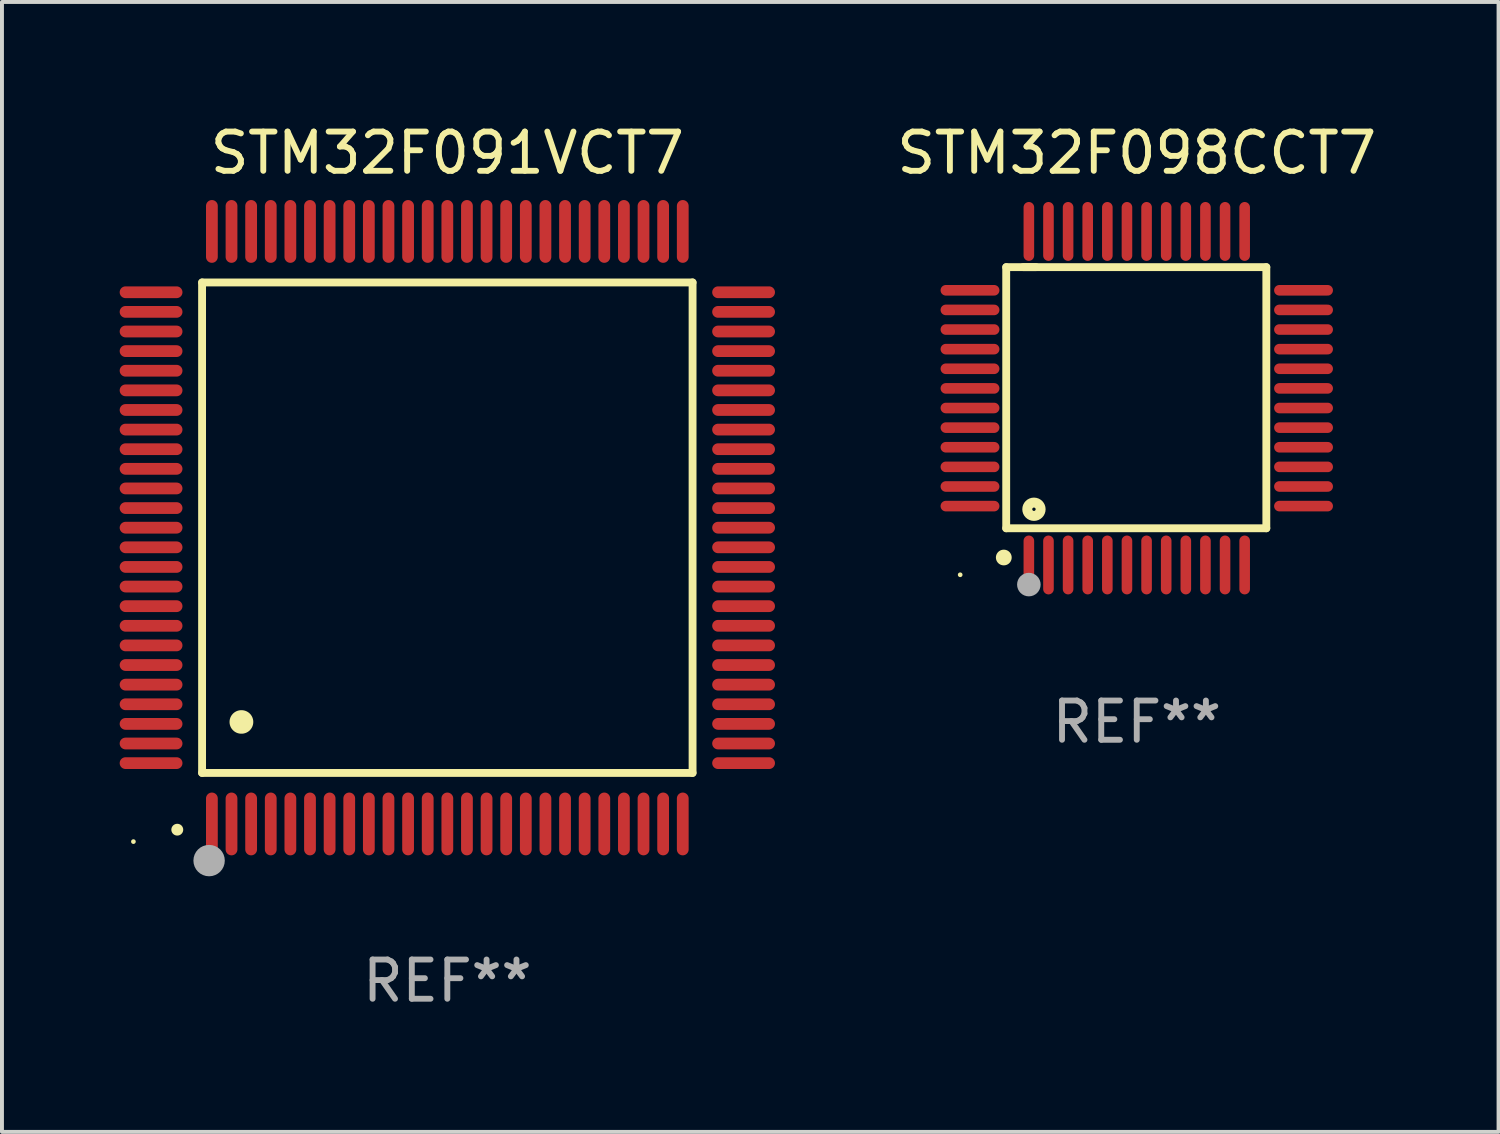
<source format=kicad_pcb>
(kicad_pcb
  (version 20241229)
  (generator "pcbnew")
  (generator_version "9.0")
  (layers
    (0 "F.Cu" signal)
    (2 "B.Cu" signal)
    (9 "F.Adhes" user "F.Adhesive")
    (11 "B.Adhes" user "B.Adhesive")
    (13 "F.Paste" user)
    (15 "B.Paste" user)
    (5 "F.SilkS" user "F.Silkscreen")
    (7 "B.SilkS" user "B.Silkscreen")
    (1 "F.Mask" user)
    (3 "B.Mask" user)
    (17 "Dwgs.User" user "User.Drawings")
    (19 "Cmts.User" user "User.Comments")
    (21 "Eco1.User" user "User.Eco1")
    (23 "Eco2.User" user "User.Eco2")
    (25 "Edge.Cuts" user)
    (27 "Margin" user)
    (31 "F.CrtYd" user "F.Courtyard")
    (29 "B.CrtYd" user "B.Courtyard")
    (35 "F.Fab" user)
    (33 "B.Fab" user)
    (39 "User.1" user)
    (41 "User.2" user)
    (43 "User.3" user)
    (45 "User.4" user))
  (footprint "STM32F098CCT7"
    (layer "F.Cu")
    (at 25.92 7.098)
    (property "Reference" "STM32F098CCT7" (at 0 -6.25 0) (layer "F.SilkS") (effects (font (size 1 1) (thickness 0.15))))
    (attr through_hole)
    (fp_line (start -3.327 -3.34) (end -2.565 -3.34) (stroke (width 0.2) (type solid)) (layer "F.SilkS"))
    (fp_line (start -3.327 3.315) (end -3.327 -3.34) (stroke (width 0.2) (type solid)) (layer "F.SilkS"))
    (fp_line (start -2.896 -3.34) (end 3.302 -3.34) (stroke (width 0.2) (type solid)) (layer "F.SilkS"))
    (fp_line (start 3.302 -3.34) (end 3.302 3.315) (stroke (width 0.2) (type solid)) (layer "F.SilkS"))
    (fp_line (start 3.302 3.315) (end -3.327 3.315) (stroke (width 0.2) (type solid)) (layer "F.SilkS"))
    (fp_arc (start -3.389992 4.059995) (mid -3.388722 4.059991) (end -3.387452 4.059995) (stroke (width 0.4) (type solid)) (layer "F.SilkS"))
    (fp_circle (center -4.5 4.5) (end -4.47 4.5) (stroke (width 0.06) (type solid)) (fill no) (layer "F.SilkS"))
    (fp_circle (center -2.62 2.83) (end -2.45 2.83) (stroke (width 0.254) (type solid)) (fill no) (layer "F.SilkS"))
    (fp_circle (center -2.75 4.75) (end -2.6 4.75) (stroke (width 0.3) (type solid)) (fill no) (layer "F.Fab"))
    (fp_text user "REF**" (at 0 8.25 0) (layer "F.Fab") (effects (font (size 1 1) (thickness 0.15))))
    (pad "1" smd oval (at -2.75 4.25) (size 0.27 1.5) (layers "F.Cu" "F.Mask" "F.Paste"))
    (pad "2" smd oval (at -2.25 4.25) (size 0.27 1.5) (layers "F.Cu" "F.Mask" "F.Paste"))
    (pad "3" smd oval (at -1.75 4.25) (size 0.27 1.5) (layers "F.Cu" "F.Mask" "F.Paste"))
    (pad "4" smd oval (at -1.25 4.25) (size 0.27 1.5) (layers "F.Cu" "F.Mask" "F.Paste"))
    (pad "5" smd oval (at -0.75 4.25) (size 0.27 1.5) (layers "F.Cu" "F.Mask" "F.Paste"))
    (pad "6" smd oval (at -0.25 4.25) (size 0.27 1.5) (layers "F.Cu" "F.Mask" "F.Paste"))
    (pad "7" smd oval (at 0.25 4.25) (size 0.27 1.5) (layers "F.Cu" "F.Mask" "F.Paste"))
    (pad "8" smd oval (at 0.75 4.25) (size 0.27 1.5) (layers "F.Cu" "F.Mask" "F.Paste"))
    (pad "9" smd oval (at 1.25 4.25) (size 0.27 1.5) (layers "F.Cu" "F.Mask" "F.Paste"))
    (pad "10" smd oval (at 1.75 4.25) (size 0.27 1.5) (layers "F.Cu" "F.Mask" "F.Paste"))
    (pad "11" smd oval (at 2.25 4.25) (size 0.27 1.5) (layers "F.Cu" "F.Mask" "F.Paste"))
    (pad "12" smd oval (at 2.75 4.25) (size 0.27 1.5) (layers "F.Cu" "F.Mask" "F.Paste"))
    (pad "13" smd oval (at 4.25 2.75) (size 1.5 0.27) (layers "F.Cu" "F.Mask" "F.Paste"))
    (pad "14" smd oval (at 4.25 2.25) (size 1.5 0.27) (layers "F.Cu" "F.Mask" "F.Paste"))
    (pad "15" smd oval (at 4.25 1.75) (size 1.5 0.27) (layers "F.Cu" "F.Mask" "F.Paste"))
    (pad "16" smd oval (at 4.25 1.25) (size 1.5 0.27) (layers "F.Cu" "F.Mask" "F.Paste"))
    (pad "17" smd oval (at 4.25 0.75) (size 1.5 0.27) (layers "F.Cu" "F.Mask" "F.Paste"))
    (pad "18" smd oval (at 4.25 0.25) (size 1.5 0.27) (layers "F.Cu" "F.Mask" "F.Paste"))
    (pad "19" smd oval (at 4.25 -0.25) (size 1.5 0.27) (layers "F.Cu" "F.Mask" "F.Paste"))
    (pad "20" smd oval (at 4.25 -0.75) (size 1.5 0.27) (layers "F.Cu" "F.Mask" "F.Paste"))
    (pad "21" smd oval (at 4.25 -1.25) (size 1.5 0.27) (layers "F.Cu" "F.Mask" "F.Paste"))
    (pad "22" smd oval (at 4.25 -1.75) (size 1.5 0.27) (layers "F.Cu" "F.Mask" "F.Paste"))
    (pad "23" smd oval (at 4.25 -2.25) (size 1.5 0.27) (layers "F.Cu" "F.Mask" "F.Paste"))
    (pad "24" smd oval (at 4.25 -2.75) (size 1.5 0.27) (layers "F.Cu" "F.Mask" "F.Paste"))
    (pad "25" smd oval (at 2.75 -4.25) (size 0.27 1.5) (layers "F.Cu" "F.Mask" "F.Paste"))
    (pad "26" smd oval (at 2.25 -4.25) (size 0.27 1.5) (layers "F.Cu" "F.Mask" "F.Paste"))
    (pad "27" smd oval (at 1.75 -4.25) (size 0.27 1.5) (layers "F.Cu" "F.Mask" "F.Paste"))
    (pad "28" smd oval (at 1.25 -4.25) (size 0.27 1.5) (layers "F.Cu" "F.Mask" "F.Paste"))
    (pad "29" smd oval (at 0.75 -4.25) (size 0.27 1.5) (layers "F.Cu" "F.Mask" "F.Paste"))
    (pad "30" smd oval (at 0.25 -4.25) (size 0.27 1.5) (layers "F.Cu" "F.Mask" "F.Paste"))
    (pad "31" smd oval (at -0.25 -4.25) (size 0.27 1.5) (layers "F.Cu" "F.Mask" "F.Paste"))
    (pad "32" smd oval (at -0.75 -4.25) (size 0.27 1.5) (layers "F.Cu" "F.Mask" "F.Paste"))
    (pad "33" smd oval (at -1.25 -4.25) (size 0.27 1.5) (layers "F.Cu" "F.Mask" "F.Paste"))
    (pad "34" smd oval (at -1.75 -4.25) (size 0.27 1.5) (layers "F.Cu" "F.Mask" "F.Paste"))
    (pad "35" smd oval (at -2.25 -4.25) (size 0.27 1.5) (layers "F.Cu" "F.Mask" "F.Paste"))
    (pad "36" smd oval (at -2.75 -4.25) (size 0.27 1.5) (layers "F.Cu" "F.Mask" "F.Paste"))
    (pad "37" smd oval (at -4.25 -2.75) (size 1.5 0.27) (layers "F.Cu" "F.Mask" "F.Paste"))
    (pad "38" smd oval (at -4.25 -2.25) (size 1.5 0.27) (layers "F.Cu" "F.Mask" "F.Paste"))
    (pad "39" smd oval (at -4.25 -1.75) (size 1.5 0.27) (layers "F.Cu" "F.Mask" "F.Paste"))
    (pad "40" smd oval (at -4.25 -1.25) (size 1.5 0.27) (layers "F.Cu" "F.Mask" "F.Paste"))
    (pad "41" smd oval (at -4.25 -0.75) (size 1.5 0.27) (layers "F.Cu" "F.Mask" "F.Paste"))
    (pad "42" smd oval (at -4.25 -0.25) (size 1.5 0.27) (layers "F.Cu" "F.Mask" "F.Paste"))
    (pad "43" smd oval (at -4.25 0.25) (size 1.5 0.27) (layers "F.Cu" "F.Mask" "F.Paste"))
    (pad "44" smd oval (at -4.25 0.75) (size 1.5 0.27) (layers "F.Cu" "F.Mask" "F.Paste"))
    (pad "45" smd oval (at -4.25 1.25) (size 1.5 0.27) (layers "F.Cu" "F.Mask" "F.Paste"))
    (pad "46" smd oval (at -4.25 1.75) (size 1.5 0.27) (layers "F.Cu" "F.Mask" "F.Paste"))
    (pad "47" smd oval (at -4.25 2.25) (size 1.5 0.27) (layers "F.Cu" "F.Mask" "F.Paste"))
    (pad "48" smd oval (at -4.25 2.75) (size 1.5 0.27) (layers "F.Cu" "F.Mask" "F.Paste")))
  (footprint "STM32F091VCT7"
    (layer "F.Cu")
    (at 8.35 10.398)
    (property "Reference" "STM32F091VCT7" (at 0 -9.55 0) (layer "F.SilkS") (effects (font (size 1 1) (thickness 0.15))))
    (attr through_hole)
    (fp_line (start -6.25 -6.25) (end -6.25 6.25) (stroke (width 0.2) (type solid)) (layer "F.SilkS"))
    (fp_line (start -6.25 6.25) (end 6.25 6.25) (stroke (width 0.2) (type solid)) (layer "F.SilkS"))
    (fp_line (start 6.25 -6.25) (end -6.25 -6.25) (stroke (width 0.2) (type solid)) (layer "F.SilkS"))
    (fp_line (start 6.25 6.25) (end 6.25 -6.25) (stroke (width 0.2) (type solid)) (layer "F.SilkS"))
    (fp_arc (start -6.883414 7.696215) (mid -6.882144 7.69621) (end -6.880874 7.696215) (stroke (width 0.3) (type solid)) (layer "F.SilkS"))
    (fp_arc (start -5.250191 4.95047) (mid -5.247651 4.950459) (end -5.245111 4.95047) (stroke (width 0.6) (type solid)) (layer "F.SilkS"))
    (fp_circle (center -8 8) (end -7.97 8) (stroke (width 0.06) (type solid)) (fill no) (layer "F.SilkS"))
    (fp_circle (center -6.071 8.484) (end -5.871 8.484) (stroke (width 0.4) (type solid)) (fill no) (layer "F.Fab"))
    (fp_text user "REF**" (at 0 11.55 0) (layer "F.Fab") (effects (font (size 1 1) (thickness 0.15))))
    (pad "1" smd oval (at -6 7.55) (size 0.3 1.6) (layers "F.Cu" "F.Mask" "F.Paste"))
    (pad "2" smd oval (at -5.5 7.55) (size 0.3 1.6) (layers "F.Cu" "F.Mask" "F.Paste"))
    (pad "3" smd oval (at -5 7.55) (size 0.3 1.6) (layers "F.Cu" "F.Mask" "F.Paste"))
    (pad "4" smd oval (at -4.5 7.55) (size 0.3 1.6) (layers "F.Cu" "F.Mask" "F.Paste"))
    (pad "5" smd oval (at -4 7.55) (size 0.3 1.6) (layers "F.Cu" "F.Mask" "F.Paste"))
    (pad "6" smd oval (at -3.5 7.55) (size 0.3 1.6) (layers "F.Cu" "F.Mask" "F.Paste"))
    (pad "7" smd oval (at -3 7.55) (size 0.3 1.6) (layers "F.Cu" "F.Mask" "F.Paste"))
    (pad "8" smd oval (at -2.5 7.55) (size 0.3 1.6) (layers "F.Cu" "F.Mask" "F.Paste"))
    (pad "9" smd oval (at -2 7.55) (size 0.3 1.6) (layers "F.Cu" "F.Mask" "F.Paste"))
    (pad "10" smd oval (at -1.5 7.55) (size 0.3 1.6) (layers "F.Cu" "F.Mask" "F.Paste"))
    (pad "11" smd oval (at -1 7.55) (size 0.3 1.6) (layers "F.Cu" "F.Mask" "F.Paste"))
    (pad "12" smd oval (at -0.5 7.55) (size 0.3 1.6) (layers "F.Cu" "F.Mask" "F.Paste"))
    (pad "13" smd oval (at 0 7.55) (size 0.3 1.6) (layers "F.Cu" "F.Mask" "F.Paste"))
    (pad "14" smd oval (at 0.5 7.55) (size 0.3 1.6) (layers "F.Cu" "F.Mask" "F.Paste"))
    (pad "15" smd oval (at 1 7.55) (size 0.3 1.6) (layers "F.Cu" "F.Mask" "F.Paste"))
    (pad "16" smd oval (at 1.5 7.55) (size 0.3 1.6) (layers "F.Cu" "F.Mask" "F.Paste"))
    (pad "17" smd oval (at 2 7.55) (size 0.3 1.6) (layers "F.Cu" "F.Mask" "F.Paste"))
    (pad "18" smd oval (at 2.5 7.55) (size 0.3 1.6) (layers "F.Cu" "F.Mask" "F.Paste"))
    (pad "19" smd oval (at 3 7.55) (size 0.3 1.6) (layers "F.Cu" "F.Mask" "F.Paste"))
    (pad "20" smd oval (at 3.5 7.55) (size 0.3 1.6) (layers "F.Cu" "F.Mask" "F.Paste"))
    (pad "21" smd oval (at 4 7.55) (size 0.3 1.6) (layers "F.Cu" "F.Mask" "F.Paste"))
    (pad "22" smd oval (at 4.5 7.55) (size 0.3 1.6) (layers "F.Cu" "F.Mask" "F.Paste"))
    (pad "23" smd oval (at 5 7.55) (size 0.3 1.6) (layers "F.Cu" "F.Mask" "F.Paste"))
    (pad "24" smd oval (at 5.5 7.55) (size 0.3 1.6) (layers "F.Cu" "F.Mask" "F.Paste"))
    (pad "25" smd oval (at 6 7.55) (size 0.3 1.6) (layers "F.Cu" "F.Mask" "F.Paste"))
    (pad "26" smd oval (at 7.55 6) (size 1.6 0.3) (layers "F.Cu" "F.Mask" "F.Paste"))
    (pad "27" smd oval (at 7.55 5.5) (size 1.6 0.3) (layers "F.Cu" "F.Mask" "F.Paste"))
    (pad "28" smd oval (at 7.55 5) (size 1.6 0.3) (layers "F.Cu" "F.Mask" "F.Paste"))
    (pad "29" smd oval (at 7.55 4.5) (size 1.6 0.3) (layers "F.Cu" "F.Mask" "F.Paste"))
    (pad "30" smd oval (at 7.55 4) (size 1.6 0.3) (layers "F.Cu" "F.Mask" "F.Paste"))
    (pad "31" smd oval (at 7.55 3.5) (size 1.6 0.3) (layers "F.Cu" "F.Mask" "F.Paste"))
    (pad "32" smd oval (at 7.55 3) (size 1.6 0.3) (layers "F.Cu" "F.Mask" "F.Paste"))
    (pad "33" smd oval (at 7.55 2.5) (size 1.6 0.3) (layers "F.Cu" "F.Mask" "F.Paste"))
    (pad "34" smd oval (at 7.55 2) (size 1.6 0.3) (layers "F.Cu" "F.Mask" "F.Paste"))
    (pad "35" smd oval (at 7.55 1.5) (size 1.6 0.3) (layers "F.Cu" "F.Mask" "F.Paste"))
    (pad "36" smd oval (at 7.55 1) (size 1.6 0.3) (layers "F.Cu" "F.Mask" "F.Paste"))
    (pad "37" smd oval (at 7.55 0.5) (size 1.6 0.3) (layers "F.Cu" "F.Mask" "F.Paste"))
    (pad "38" smd oval (at 7.55 0) (size 1.6 0.3) (layers "F.Cu" "F.Mask" "F.Paste"))
    (pad "39" smd oval (at 7.55 -0.5) (size 1.6 0.3) (layers "F.Cu" "F.Mask" "F.Paste"))
    (pad "40" smd oval (at 7.55 -1) (size 1.6 0.3) (layers "F.Cu" "F.Mask" "F.Paste"))
    (pad "41" smd oval (at 7.55 -1.5) (size 1.6 0.3) (layers "F.Cu" "F.Mask" "F.Paste"))
    (pad "42" smd oval (at 7.55 -2) (size 1.6 0.3) (layers "F.Cu" "F.Mask" "F.Paste"))
    (pad "43" smd oval (at 7.55 -2.5) (size 1.6 0.3) (layers "F.Cu" "F.Mask" "F.Paste"))
    (pad "44" smd oval (at 7.55 -3) (size 1.6 0.3) (layers "F.Cu" "F.Mask" "F.Paste"))
    (pad "45" smd oval (at 7.55 -3.5) (size 1.6 0.3) (layers "F.Cu" "F.Mask" "F.Paste"))
    (pad "46" smd oval (at 7.55 -4) (size 1.6 0.3) (layers "F.Cu" "F.Mask" "F.Paste"))
    (pad "47" smd oval (at 7.55 -4.5) (size 1.6 0.3) (layers "F.Cu" "F.Mask" "F.Paste"))
    (pad "48" smd oval (at 7.55 -5) (size 1.6 0.3) (layers "F.Cu" "F.Mask" "F.Paste"))
    (pad "49" smd oval (at 7.55 -5.5) (size 1.6 0.3) (layers "F.Cu" "F.Mask" "F.Paste"))
    (pad "50" smd oval (at 7.55 -6) (size 1.6 0.3) (layers "F.Cu" "F.Mask" "F.Paste"))
    (pad "51" smd oval (at 6 -7.55) (size 0.3 1.6) (layers "F.Cu" "F.Mask" "F.Paste"))
    (pad "52" smd oval (at 5.5 -7.55) (size 0.3 1.6) (layers "F.Cu" "F.Mask" "F.Paste"))
    (pad "53" smd oval (at 5 -7.55) (size 0.3 1.6) (layers "F.Cu" "F.Mask" "F.Paste"))
    (pad "54" smd oval (at 4.5 -7.55) (size 0.3 1.6) (layers "F.Cu" "F.Mask" "F.Paste"))
    (pad "55" smd oval (at 4 -7.55) (size 0.3 1.6) (layers "F.Cu" "F.Mask" "F.Paste"))
    (pad "56" smd oval (at 3.5 -7.55) (size 0.3 1.6) (layers "F.Cu" "F.Mask" "F.Paste"))
    (pad "57" smd oval (at 3 -7.55) (size 0.3 1.6) (layers "F.Cu" "F.Mask" "F.Paste"))
    (pad "58" smd oval (at 2.5 -7.55) (size 0.3 1.6) (layers "F.Cu" "F.Mask" "F.Paste"))
    (pad "59" smd oval (at 2 -7.55) (size 0.3 1.6) (layers "F.Cu" "F.Mask" "F.Paste"))
    (pad "60" smd oval (at 1.5 -7.55) (size 0.3 1.6) (layers "F.Cu" "F.Mask" "F.Paste"))
    (pad "61" smd oval (at 1 -7.55) (size 0.3 1.6) (layers "F.Cu" "F.Mask" "F.Paste"))
    (pad "62" smd oval (at 0.5 -7.55) (size 0.3 1.6) (layers "F.Cu" "F.Mask" "F.Paste"))
    (pad "63" smd oval (at 0 -7.55) (size 0.3 1.6) (layers "F.Cu" "F.Mask" "F.Paste"))
    (pad "64" smd oval (at -0.5 -7.55) (size 0.3 1.6) (layers "F.Cu" "F.Mask" "F.Paste"))
    (pad "65" smd oval (at -1 -7.55) (size 0.3 1.6) (layers "F.Cu" "F.Mask" "F.Paste"))
    (pad "66" smd oval (at -1.5 -7.55) (size 0.3 1.6) (layers "F.Cu" "F.Mask" "F.Paste"))
    (pad "67" smd oval (at -2 -7.55) (size 0.3 1.6) (layers "F.Cu" "F.Mask" "F.Paste"))
    (pad "68" smd oval (at -2.5 -7.55) (size 0.3 1.6) (layers "F.Cu" "F.Mask" "F.Paste"))
    (pad "69" smd oval (at -3 -7.55) (size 0.3 1.6) (layers "F.Cu" "F.Mask" "F.Paste"))
    (pad "70" smd oval (at -3.5 -7.55) (size 0.3 1.6) (layers "F.Cu" "F.Mask" "F.Paste"))
    (pad "71" smd oval (at -4 -7.55) (size 0.3 1.6) (layers "F.Cu" "F.Mask" "F.Paste"))
    (pad "72" smd oval (at -4.5 -7.55) (size 0.3 1.6) (layers "F.Cu" "F.Mask" "F.Paste"))
    (pad "73" smd oval (at -5 -7.55) (size 0.3 1.6) (layers "F.Cu" "F.Mask" "F.Paste"))
    (pad "74" smd oval (at -5.5 -7.55) (size 0.3 1.6) (layers "F.Cu" "F.Mask" "F.Paste"))
    (pad "75" smd oval (at -6 -7.55) (size 0.3 1.6) (layers "F.Cu" "F.Mask" "F.Paste"))
    (pad "76" smd oval (at -7.55 -6) (size 1.6 0.3) (layers "F.Cu" "F.Mask" "F.Paste"))
    (pad "77" smd oval (at -7.55 -5.5) (size 1.6 0.3) (layers "F.Cu" "F.Mask" "F.Paste"))
    (pad "78" smd oval (at -7.55 -5) (size 1.6 0.3) (layers "F.Cu" "F.Mask" "F.Paste"))
    (pad "79" smd oval (at -7.55 -4.5) (size 1.6 0.3) (layers "F.Cu" "F.Mask" "F.Paste"))
    (pad "80" smd oval (at -7.55 -4) (size 1.6 0.3) (layers "F.Cu" "F.Mask" "F.Paste"))
    (pad "81" smd oval (at -7.55 -3.5) (size 1.6 0.3) (layers "F.Cu" "F.Mask" "F.Paste"))
    (pad "82" smd oval (at -7.55 -3) (size 1.6 0.3) (layers "F.Cu" "F.Mask" "F.Paste"))
    (pad "83" smd oval (at -7.55 -2.5) (size 1.6 0.3) (layers "F.Cu" "F.Mask" "F.Paste"))
    (pad "84" smd oval (at -7.55 -2) (size 1.6 0.3) (layers "F.Cu" "F.Mask" "F.Paste"))
    (pad "85" smd oval (at -7.55 -1.5) (size 1.6 0.3) (layers "F.Cu" "F.Mask" "F.Paste"))
    (pad "86" smd oval (at -7.55 -1) (size 1.6 0.3) (layers "F.Cu" "F.Mask" "F.Paste"))
    (pad "87" smd oval (at -7.55 -0.5) (size 1.6 0.3) (layers "F.Cu" "F.Mask" "F.Paste"))
    (pad "88" smd oval (at -7.55 0) (size 1.6 0.3) (layers "F.Cu" "F.Mask" "F.Paste"))
    (pad "89" smd oval (at -7.55 0.5) (size 1.6 0.3) (layers "F.Cu" "F.Mask" "F.Paste"))
    (pad "90" smd oval (at -7.55 1) (size 1.6 0.3) (layers "F.Cu" "F.Mask" "F.Paste"))
    (pad "91" smd oval (at -7.55 1.5) (size 1.6 0.3) (layers "F.Cu" "F.Mask" "F.Paste"))
    (pad "92" smd oval (at -7.55 2) (size 1.6 0.3) (layers "F.Cu" "F.Mask" "F.Paste"))
    (pad "93" smd oval (at -7.55 2.5) (size 1.6 0.3) (layers "F.Cu" "F.Mask" "F.Paste"))
    (pad "94" smd oval (at -7.55 3) (size 1.6 0.3) (layers "F.Cu" "F.Mask" "F.Paste"))
    (pad "95" smd oval (at -7.55 3.5) (size 1.6 0.3) (layers "F.Cu" "F.Mask" "F.Paste"))
    (pad "96" smd oval (at -7.55 4) (size 1.6 0.3) (layers "F.Cu" "F.Mask" "F.Paste"))
    (pad "97" smd oval (at -7.55 4.5) (size 1.6 0.3) (layers "F.Cu" "F.Mask" "F.Paste"))
    (pad "98" smd oval (at -7.55 5) (size 1.6 0.3) (layers "F.Cu" "F.Mask" "F.Paste"))
    (pad "99" smd oval (at -7.55 5.5) (size 1.6 0.3) (layers "F.Cu" "F.Mask" "F.Paste"))
    (pad "100" smd oval (at -7.55 6) (size 1.6 0.3) (layers "F.Cu" "F.Mask" "F.Paste")))
  (gr_rect
    (start -3 -3)
    (end 35.14 25.796)
    (stroke (width 0.1) (type default))
    (fill no)
    (layer "Edge.Cuts")))
</source>
